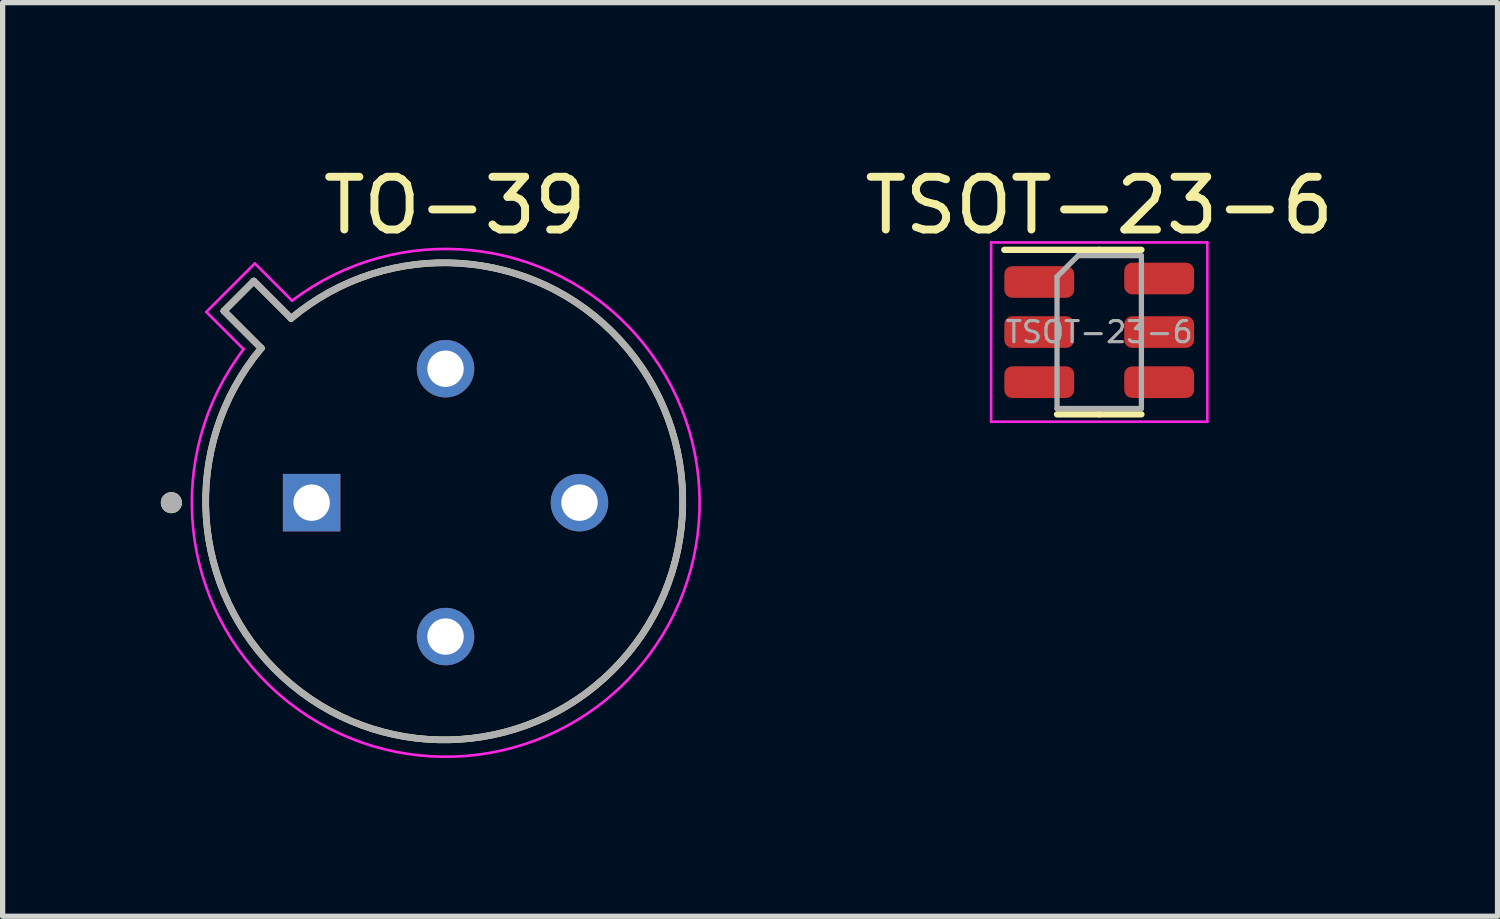
<source format=kicad_pcb>
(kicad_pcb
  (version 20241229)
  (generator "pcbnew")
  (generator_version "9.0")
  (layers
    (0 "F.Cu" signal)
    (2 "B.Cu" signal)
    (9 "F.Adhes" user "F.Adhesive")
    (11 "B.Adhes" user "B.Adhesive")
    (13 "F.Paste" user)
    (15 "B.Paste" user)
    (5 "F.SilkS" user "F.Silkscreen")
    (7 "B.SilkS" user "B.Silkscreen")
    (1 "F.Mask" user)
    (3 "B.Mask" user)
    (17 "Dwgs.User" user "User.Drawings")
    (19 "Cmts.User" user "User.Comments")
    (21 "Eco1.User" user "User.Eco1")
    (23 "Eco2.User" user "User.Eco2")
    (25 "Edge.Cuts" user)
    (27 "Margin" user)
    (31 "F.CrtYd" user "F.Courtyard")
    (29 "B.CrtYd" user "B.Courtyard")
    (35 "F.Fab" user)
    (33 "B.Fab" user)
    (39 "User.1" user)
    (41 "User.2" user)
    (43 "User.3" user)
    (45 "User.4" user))
  (footprint "TSOT-23-6"
    (layer "F.Cu")
    (at 17.797 3.248)
    (property "Reference" "TSOT-23-6" (at 0 -2.4 0) (layer "F.SilkS") (effects (font (size 1 1) (thickness 0.15))))
    (attr smd)
    (fp_line (start 0 -1.56) (end -1.8 -1.56) (stroke (width 0.12) (type solid)) (layer "F.SilkS"))
    (fp_line (start 0 -1.56) (end 0.8 -1.56) (stroke (width 0.12) (type solid)) (layer "F.SilkS"))
    (fp_line (start 0 1.56) (end -0.8 1.56) (stroke (width 0.12) (type solid)) (layer "F.SilkS"))
    (fp_line (start 0 1.56) (end 0.8 1.56) (stroke (width 0.12) (type solid)) (layer "F.SilkS"))
    (fp_line (start -2.05 -1.7) (end -2.05 1.7) (stroke (width 0.05) (type solid)) (layer "F.CrtYd"))
    (fp_line (start -2.05 1.7) (end 2.05 1.7) (stroke (width 0.05) (type solid)) (layer "F.CrtYd"))
    (fp_line (start 2.05 -1.7) (end -2.05 -1.7) (stroke (width 0.05) (type solid)) (layer "F.CrtYd"))
    (fp_line (start 2.05 1.7) (end 2.05 -1.7) (stroke (width 0.05) (type solid)) (layer "F.CrtYd"))
    (fp_line (start -0.8 -1.05) (end -0.4 -1.45) (stroke (width 0.1) (type solid)) (layer "F.Fab"))
    (fp_line (start -0.8 1.45) (end -0.8 -1.05) (stroke (width 0.1) (type solid)) (layer "F.Fab"))
    (fp_line (start -0.4 -1.45) (end 0.8 -1.45) (stroke (width 0.1) (type solid)) (layer "F.Fab"))
    (fp_line (start 0.8 -1.45) (end 0.8 1.45) (stroke (width 0.1) (type solid)) (layer "F.Fab"))
    (fp_line (start 0.8 1.45) (end -0.8 1.45) (stroke (width 0.1) (type solid)) (layer "F.Fab"))
    (fp_text user "${REFERENCE}" (at 0 0 0) (layer "F.Fab") (effects (font (size 0.4 0.4) (thickness 0.06))))
    (pad "1" smd roundrect (at -1.137 -0.95) (size 1.325 0.6) (layers "F.Cu" "F.Mask" "F.Paste") (roundrect_rratio 0.25))
    (pad "2" smd roundrect (at -1.137 0) (size 1.325 0.6) (layers "F.Cu" "F.Mask" "F.Paste") (roundrect_rratio 0.25))
    (pad "3" smd roundrect (at -1.137 0.95) (size 1.325 0.6) (layers "F.Cu" "F.Mask" "F.Paste") (roundrect_rratio 0.25))
    (pad "4" smd roundrect (at 1.137 0.95) (size 1.325 0.6) (layers "F.Cu" "F.Mask" "F.Paste") (roundrect_rratio 0.25))
    (pad "5" smd roundrect (at 1.137 0) (size 1.325 0.6) (layers "F.Cu" "F.Mask" "F.Paste") (roundrect_rratio 0.25))
    (pad "6" smd roundrect (at 1.137 -1.016) (size 1.325 0.6) (layers "F.Cu" "F.Mask" "F.Paste") (roundrect_rratio 0.25)))
  (footprint "TO-39"
    (layer "F.Cu")
    (at 5.4 6.483)
    (property "Reference" "TO-39" (at 0.175 -5.635 0) (layer "F.SilkS") (effects (font (size 1 1) (thickness 0.15))))
    (attr through_hole)
    (fp_line (start -4.202 -3.636) (end -3.636 -4.202) (stroke (width 0.127) (type solid)) (layer "F.SilkS"))
    (fp_line (start -3.636 -4.202) (end -2.929 -3.495) (stroke (width 0.127) (type solid)) (layer "F.SilkS"))
    (fp_line (start -3.495 -2.929) (end -4.202 -3.636) (stroke (width 0.127) (type solid)) (layer "F.SilkS"))
    (fp_arc (start -2.929 -3.495) (mid 3.173854 3.173854) (end -3.495 -2.929) (stroke (width 0.127) (type solid)) (layer "F.SilkS"))
    (fp_circle (center -5.2 0) (end -5.1 0) (stroke (width 0.2) (type solid)) (fill no) (layer "F.SilkS"))
    (fp_line (start -4.537 -3.617) (end -3.83 -2.91) (stroke (width 0.05) (type solid)) (layer "F.CrtYd"))
    (fp_line (start -3.617 -4.537) (end -4.537 -3.617) (stroke (width 0.05) (type solid)) (layer "F.CrtYd"))
    (fp_line (start -2.91 -3.83) (end -3.617 -4.537) (stroke (width 0.05) (type solid)) (layer "F.CrtYd"))
    (fp_arc (start -2.91 -3.83) (mid 3.408468 3.408468) (end -3.83 -2.91) (stroke (width 0.05) (type solid)) (layer "F.CrtYd"))
    (fp_line (start -4.202 -3.636) (end -3.636 -4.202) (stroke (width 0.127) (type solid)) (layer "F.Fab"))
    (fp_line (start -3.636 -4.202) (end -2.929 -3.495) (stroke (width 0.127) (type solid)) (layer "F.Fab"))
    (fp_line (start -3.495 -2.929) (end -4.202 -3.636) (stroke (width 0.127) (type solid)) (layer "F.Fab"))
    (fp_arc (start -2.929 -3.495) (mid 3.173854 3.173854) (end -3.495 -2.929) (stroke (width 0.127) (type solid)) (layer "F.Fab"))
    (fp_circle (center -5.2 0) (end -5.1 0) (stroke (width 0.2) (type solid)) (fill no) (layer "F.Fab"))
    (pad "1" thru_hole rect (at -2.54 0) (size 1.09 1.09) (drill 0.69) (layers "*.Cu" "*.Mask"))
    (pad "2" thru_hole circle (at 0 2.54) (size 1.09 1.09) (drill 0.69) (layers "*.Cu" "*.Mask"))
    (pad "3" thru_hole circle (at 2.54 0) (size 1.09 1.09) (drill 0.69) (layers "*.Cu" "*.Mask"))
    (pad "4" thru_hole circle (at 0 -2.54) (size 1.09 1.09) (drill 0.69) (layers "*.Cu" "*.Mask")))
  (gr_rect
    (start -3 -3)
    (end 25.351 14.327)
    (stroke (width 0.1) (type default))
    (fill no)
    (layer "Edge.Cuts")))
</source>
